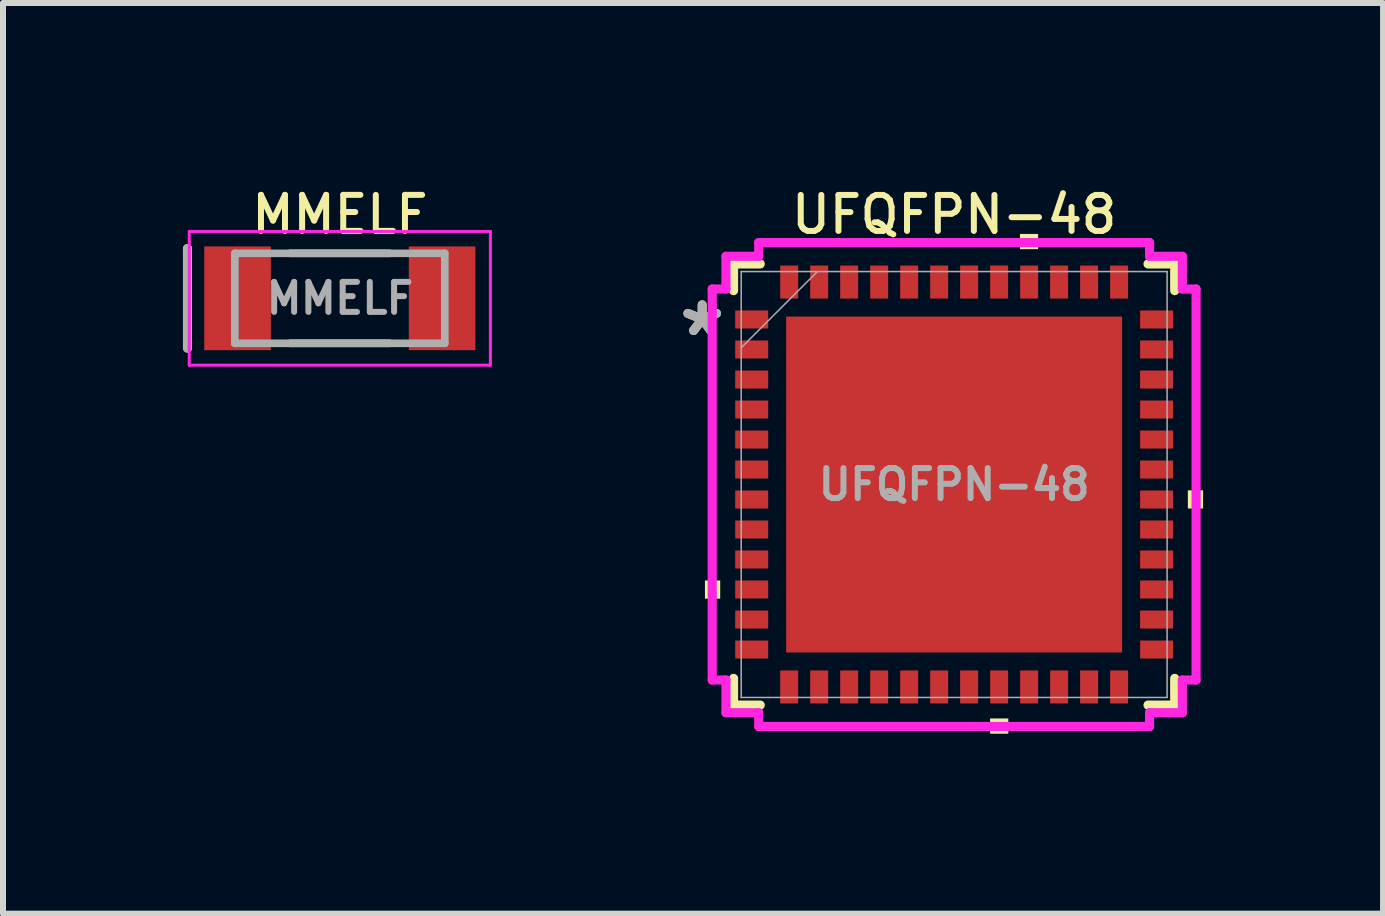
<source format=kicad_pcb>
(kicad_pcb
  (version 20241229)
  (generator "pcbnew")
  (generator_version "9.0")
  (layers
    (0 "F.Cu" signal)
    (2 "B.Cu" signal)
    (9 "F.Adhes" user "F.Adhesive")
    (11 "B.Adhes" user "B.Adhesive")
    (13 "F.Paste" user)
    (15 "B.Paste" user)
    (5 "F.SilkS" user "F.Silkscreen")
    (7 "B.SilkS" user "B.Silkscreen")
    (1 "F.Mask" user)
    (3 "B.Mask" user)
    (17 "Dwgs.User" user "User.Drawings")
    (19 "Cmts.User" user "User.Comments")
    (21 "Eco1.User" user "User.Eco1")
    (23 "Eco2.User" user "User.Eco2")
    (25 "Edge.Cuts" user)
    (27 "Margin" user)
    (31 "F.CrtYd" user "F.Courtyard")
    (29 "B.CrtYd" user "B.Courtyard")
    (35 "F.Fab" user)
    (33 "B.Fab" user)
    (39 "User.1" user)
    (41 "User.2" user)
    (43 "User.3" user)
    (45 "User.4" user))
  (footprint "UFQFPN-48"
    (layer "F.Cu")
    (at 12.856 5.027)
    (property "Reference" "UFQFPN-48" (at 0 -4.5 0) (layer "F.SilkS") (effects (font (size 0.6 0.6) (thickness 0.1) (bold yes))))
    (attr smd)
    (fp_line (start -3.677 -3.677) (end -3.677 -3.232) (stroke (width 0.152) (type solid)) (layer "F.SilkS"))
    (fp_line (start -3.677 3.232) (end -3.677 3.677) (stroke (width 0.152) (type solid)) (layer "F.SilkS"))
    (fp_line (start -3.677 3.677) (end -3.232 3.677) (stroke (width 0.152) (type solid)) (layer "F.SilkS"))
    (fp_line (start -3.232 -3.677) (end -3.677 -3.677) (stroke (width 0.152) (type solid)) (layer "F.SilkS"))
    (fp_line (start 3.232 3.677) (end 3.677 3.677) (stroke (width 0.152) (type solid)) (layer "F.SilkS"))
    (fp_line (start 3.677 -3.677) (end 3.232 -3.677) (stroke (width 0.152) (type solid)) (layer "F.SilkS"))
    (fp_line (start 3.677 -3.232) (end 3.677 -3.677) (stroke (width 0.152) (type solid)) (layer "F.SilkS"))
    (fp_line (start 3.677 3.677) (end 3.677 3.232) (stroke (width 0.152) (type solid)) (layer "F.SilkS"))
    (fp_rect (start 0.6 3.9) (end 0.903 4.154) (stroke (width 0) (type solid)) (fill yes) (layer "F.SilkS"))
    (fp_rect (start 1.097 -4.177) (end 1.4 -3.923) (stroke (width 0) (type solid)) (fill yes) (layer "F.SilkS"))
    (fp_poly (pts (xy -4.154 1.6) (xy -4.154 1.903) (xy -3.9 1.903) (xy -3.9 1.6)) (stroke (width 0) (type solid)) (fill yes) (layer "F.SilkS"))
    (fp_poly (pts (xy 3.896 0.097) (xy 3.896 0.4) (xy 4.15 0.4) (xy 4.15 0.097)) (stroke (width 0) (type solid)) (fill yes) (layer "F.SilkS"))
    (fp_poly (pts (xy -2.5 -2.5) (xy -2.5 -1.7) (xy -1.7 -1.7) (xy -1.7 -2.5)) (stroke (width 0) (type solid)) (fill yes) (layer "F.Paste"))
    (fp_poly (pts (xy -2.5 -1.1) (xy -2.5 -0.3) (xy -1.7 -0.3) (xy -1.7 -1.1)) (stroke (width 0) (type solid)) (fill yes) (layer "F.Paste"))
    (fp_poly (pts (xy -2.5 0.3) (xy -2.5 1.1) (xy -1.7 1.1) (xy -1.7 0.3)) (stroke (width 0) (type solid)) (fill yes) (layer "F.Paste"))
    (fp_poly (pts (xy -2.5 1.7) (xy -2.5 2.5) (xy -1.7 2.5) (xy -1.7 1.7)) (stroke (width 0) (type solid)) (fill yes) (layer "F.Paste"))
    (fp_poly (pts (xy -1.1 -2.5) (xy -1.1 -1.7) (xy -0.3 -1.7) (xy -0.3 -2.5)) (stroke (width 0) (type solid)) (fill yes) (layer "F.Paste"))
    (fp_poly (pts (xy -1.1 -1.1) (xy -1.1 -0.3) (xy -0.3 -0.3) (xy -0.3 -1.1)) (stroke (width 0) (type solid)) (fill yes) (layer "F.Paste"))
    (fp_poly (pts (xy -1.1 0.3) (xy -1.1 1.1) (xy -0.3 1.1) (xy -0.3 0.3)) (stroke (width 0) (type solid)) (fill yes) (layer "F.Paste"))
    (fp_poly (pts (xy -1.1 1.7) (xy -1.1 2.5) (xy -0.3 2.5) (xy -0.3 1.7)) (stroke (width 0) (type solid)) (fill yes) (layer "F.Paste"))
    (fp_poly (pts (xy 0.3 -2.5) (xy 0.3 -1.7) (xy 1.1 -1.7) (xy 1.1 -2.5)) (stroke (width 0) (type solid)) (fill yes) (layer "F.Paste"))
    (fp_poly (pts (xy 0.3 -1.1) (xy 0.3 -0.3) (xy 1.1 -0.3) (xy 1.1 -1.1)) (stroke (width 0) (type solid)) (fill yes) (layer "F.Paste"))
    (fp_poly (pts (xy 0.3 0.3) (xy 0.3 1.1) (xy 1.1 1.1) (xy 1.1 0.3)) (stroke (width 0) (type solid)) (fill yes) (layer "F.Paste"))
    (fp_poly (pts (xy 0.3 1.7) (xy 0.3 2.5) (xy 1.1 2.5) (xy 1.1 1.7)) (stroke (width 0) (type solid)) (fill yes) (layer "F.Paste"))
    (fp_poly (pts (xy 1.7 -2.5) (xy 1.7 -1.7) (xy 2.5 -1.7) (xy 2.5 -2.5)) (stroke (width 0) (type solid)) (fill yes) (layer "F.Paste"))
    (fp_poly (pts (xy 1.7 -1.1) (xy 1.7 -0.3) (xy 2.5 -0.3) (xy 2.5 -1.1)) (stroke (width 0) (type solid)) (fill yes) (layer "F.Paste"))
    (fp_poly (pts (xy 1.7 0.3) (xy 1.7 1.1) (xy 2.5 1.1) (xy 2.5 0.3)) (stroke (width 0) (type solid)) (fill yes) (layer "F.Paste"))
    (fp_poly (pts (xy 1.7 1.7) (xy 1.7 2.5) (xy 2.5 2.5) (xy 2.5 1.7)) (stroke (width 0) (type solid)) (fill yes) (layer "F.Paste"))
    (fp_line (start -4.033 -3.259) (end -3.804 -3.259) (stroke (width 0.152) (type solid)) (layer "F.CrtYd"))
    (fp_line (start -4.033 3.259) (end -4.033 -3.259) (stroke (width 0.152) (type solid)) (layer "F.CrtYd"))
    (fp_line (start -3.804 -3.804) (end -3.258 -3.804) (stroke (width 0.152) (type solid)) (layer "F.CrtYd"))
    (fp_line (start -3.804 -3.259) (end -3.804 -3.804) (stroke (width 0.152) (type solid)) (layer "F.CrtYd"))
    (fp_line (start -3.804 3.259) (end -4.033 3.259) (stroke (width 0.152) (type solid)) (layer "F.CrtYd"))
    (fp_line (start -3.804 3.804) (end -3.804 3.259) (stroke (width 0.152) (type solid)) (layer "F.CrtYd"))
    (fp_line (start -3.258 -4.033) (end 3.258 -4.033) (stroke (width 0.152) (type solid)) (layer "F.CrtYd"))
    (fp_line (start -3.258 -3.804) (end -3.258 -4.033) (stroke (width 0.152) (type solid)) (layer "F.CrtYd"))
    (fp_line (start -3.258 3.804) (end -3.804 3.804) (stroke (width 0.152) (type solid)) (layer "F.CrtYd"))
    (fp_line (start -3.258 4.033) (end -3.258 3.804) (stroke (width 0.152) (type solid)) (layer "F.CrtYd"))
    (fp_line (start 3.258 -4.033) (end 3.258 -3.804) (stroke (width 0.152) (type solid)) (layer "F.CrtYd"))
    (fp_line (start 3.258 -3.804) (end 3.804 -3.804) (stroke (width 0.152) (type solid)) (layer "F.CrtYd"))
    (fp_line (start 3.258 3.804) (end 3.258 4.033) (stroke (width 0.152) (type solid)) (layer "F.CrtYd"))
    (fp_line (start 3.258 4.033) (end -3.258 4.033) (stroke (width 0.152) (type solid)) (layer "F.CrtYd"))
    (fp_line (start 3.804 -3.804) (end 3.804 -3.259) (stroke (width 0.152) (type solid)) (layer "F.CrtYd"))
    (fp_line (start 3.804 -3.259) (end 4.033 -3.259) (stroke (width 0.152) (type solid)) (layer "F.CrtYd"))
    (fp_line (start 3.804 3.259) (end 3.804 3.804) (stroke (width 0.152) (type solid)) (layer "F.CrtYd"))
    (fp_line (start 3.804 3.804) (end 3.258 3.804) (stroke (width 0.152) (type solid)) (layer "F.CrtYd"))
    (fp_line (start 4.033 -3.259) (end 4.033 3.259) (stroke (width 0.152) (type solid)) (layer "F.CrtYd"))
    (fp_line (start 4.033 3.259) (end 3.804 3.259) (stroke (width 0.152) (type solid)) (layer "F.CrtYd"))
    (fp_line (start -3.55 -3.55) (end -3.55 3.55) (stroke (width 0.025) (type solid)) (layer "F.Fab"))
    (fp_line (start -3.55 -2.28) (end -2.28 -3.55) (stroke (width 0.025) (type solid)) (layer "F.Fab"))
    (fp_line (start -3.55 3.55) (end 3.55 3.55) (stroke (width 0.025) (type solid)) (layer "F.Fab"))
    (fp_line (start 3.55 -3.55) (end -3.55 -3.55) (stroke (width 0.025) (type solid)) (layer "F.Fab"))
    (fp_line (start 3.55 3.55) (end 3.55 -3.55) (stroke (width 0.025) (type solid)) (layer "F.Fab"))
    (fp_text user "*" (at -4.2 -2.45 0) (unlocked yes) (layer "F.SilkS") (effects (font (size 1 1) (thickness 0.15))))
    (fp_text user "${REFERENCE}" (at 0 0 0) (unlocked yes) (layer "F.Fab") (effects (font (size 0.5 0.5) (thickness 0.1) (bold yes))))
    (fp_text user "*" (at -4.2 -2.45 0) (unlocked yes) (layer "F.Fab") (effects (font (size 1 1) (thickness 0.15))))
    (pad "1" smd rect (at -3.375 -2.751 90) (size 0.3 0.55) (layers "F.Cu" "F.Mask" "F.Paste"))
    (pad "2" smd rect (at -3.375 -2.251 90) (size 0.3 0.55) (layers "F.Cu" "F.Mask" "F.Paste"))
    (pad "3" smd rect (at -3.375 -1.75 90) (size 0.3 0.55) (layers "F.Cu" "F.Mask" "F.Paste"))
    (pad "4" smd rect (at -3.375 -1.25 90) (size 0.3 0.55) (layers "F.Cu" "F.Mask" "F.Paste"))
    (pad "5" smd rect (at -3.375 -0.75 90) (size 0.3 0.55) (layers "F.Cu" "F.Mask" "F.Paste"))
    (pad "6" smd rect (at -3.375 -0.25 90) (size 0.3 0.55) (layers "F.Cu" "F.Mask" "F.Paste"))
    (pad "7" smd rect (at -3.375 0.25 90) (size 0.3 0.55) (layers "F.Cu" "F.Mask" "F.Paste"))
    (pad "8" smd rect (at -3.375 0.75 90) (size 0.3 0.55) (layers "F.Cu" "F.Mask" "F.Paste"))
    (pad "9" smd rect (at -3.375 1.25 90) (size 0.3 0.55) (layers "F.Cu" "F.Mask" "F.Paste"))
    (pad "10" smd rect (at -3.375 1.75 90) (size 0.3 0.55) (layers "F.Cu" "F.Mask" "F.Paste"))
    (pad "11" smd rect (at -3.375 2.251 90) (size 0.3 0.55) (layers "F.Cu" "F.Mask" "F.Paste"))
    (pad "12" smd rect (at -3.375 2.751 90) (size 0.3 0.55) (layers "F.Cu" "F.Mask" "F.Paste"))
    (pad "13" smd rect (at -2.75 3.375) (size 0.3 0.55) (layers "F.Cu" "F.Mask" "F.Paste"))
    (pad "14" smd rect (at -2.25 3.375) (size 0.3 0.55) (layers "F.Cu" "F.Mask" "F.Paste"))
    (pad "15" smd rect (at -1.75 3.375) (size 0.3 0.55) (layers "F.Cu" "F.Mask" "F.Paste"))
    (pad "16" smd rect (at -1.25 3.375) (size 0.3 0.55) (layers "F.Cu" "F.Mask" "F.Paste"))
    (pad "17" smd rect (at -0.75 3.375) (size 0.3 0.55) (layers "F.Cu" "F.Mask" "F.Paste"))
    (pad "18" smd rect (at -0.25 3.375) (size 0.3 0.55) (layers "F.Cu" "F.Mask" "F.Paste"))
    (pad "19" smd rect (at 0.25 3.375) (size 0.3 0.55) (layers "F.Cu" "F.Mask" "F.Paste"))
    (pad "20" smd rect (at 0.75 3.375) (size 0.3 0.55) (layers "F.Cu" "F.Mask" "F.Paste"))
    (pad "21" smd rect (at 1.25 3.375) (size 0.3 0.55) (layers "F.Cu" "F.Mask" "F.Paste"))
    (pad "22" smd rect (at 1.75 3.375) (size 0.3 0.55) (layers "F.Cu" "F.Mask" "F.Paste"))
    (pad "23" smd rect (at 2.25 3.375) (size 0.3 0.55) (layers "F.Cu" "F.Mask" "F.Paste"))
    (pad "24" smd rect (at 2.75 3.375) (size 0.3 0.55) (layers "F.Cu" "F.Mask" "F.Paste"))
    (pad "25" smd rect (at 3.375 2.751 90) (size 0.3 0.55) (layers "F.Cu" "F.Mask" "F.Paste"))
    (pad "26" smd rect (at 3.375 2.251 90) (size 0.3 0.55) (layers "F.Cu" "F.Mask" "F.Paste"))
    (pad "27" smd rect (at 3.375 1.75 90) (size 0.3 0.55) (layers "F.Cu" "F.Mask" "F.Paste"))
    (pad "28" smd rect (at 3.375 1.25 90) (size 0.3 0.55) (layers "F.Cu" "F.Mask" "F.Paste"))
    (pad "29" smd rect (at 3.375 0.75 90) (size 0.3 0.55) (layers "F.Cu" "F.Mask" "F.Paste"))
    (pad "30" smd rect (at 3.375 0.25 90) (size 0.3 0.55) (layers "F.Cu" "F.Mask" "F.Paste"))
    (pad "31" smd rect (at 3.375 -0.25 90) (size 0.3 0.55) (layers "F.Cu" "F.Mask" "F.Paste"))
    (pad "32" smd rect (at 3.375 -0.75 90) (size 0.3 0.55) (layers "F.Cu" "F.Mask" "F.Paste"))
    (pad "33" smd rect (at 3.375 -1.25 90) (size 0.3 0.55) (layers "F.Cu" "F.Mask" "F.Paste"))
    (pad "34" smd rect (at 3.375 -1.75 90) (size 0.3 0.55) (layers "F.Cu" "F.Mask" "F.Paste"))
    (pad "35" smd rect (at 3.375 -2.251 90) (size 0.3 0.55) (layers "F.Cu" "F.Mask" "F.Paste"))
    (pad "36" smd rect (at 3.375 -2.751 90) (size 0.3 0.55) (layers "F.Cu" "F.Mask" "F.Paste"))
    (pad "37" smd rect (at 2.75 -3.375) (size 0.3 0.55) (layers "F.Cu" "F.Mask" "F.Paste"))
    (pad "38" smd rect (at 2.25 -3.375) (size 0.3 0.55) (layers "F.Cu" "F.Mask" "F.Paste"))
    (pad "39" smd rect (at 1.75 -3.375) (size 0.3 0.55) (layers "F.Cu" "F.Mask" "F.Paste"))
    (pad "40" smd rect (at 1.25 -3.375) (size 0.3 0.55) (layers "F.Cu" "F.Mask" "F.Paste"))
    (pad "41" smd rect (at 0.75 -3.375) (size 0.3 0.55) (layers "F.Cu" "F.Mask" "F.Paste"))
    (pad "42" smd rect (at 0.25 -3.375) (size 0.3 0.55) (layers "F.Cu" "F.Mask" "F.Paste"))
    (pad "43" smd rect (at -0.25 -3.375) (size 0.3 0.55) (layers "F.Cu" "F.Mask" "F.Paste"))
    (pad "44" smd rect (at -0.75 -3.375) (size 0.3 0.55) (layers "F.Cu" "F.Mask" "F.Paste"))
    (pad "45" smd rect (at -1.25 -3.375) (size 0.3 0.55) (layers "F.Cu" "F.Mask" "F.Paste"))
    (pad "46" smd rect (at -1.75 -3.375) (size 0.3 0.55) (layers "F.Cu" "F.Mask" "F.Paste"))
    (pad "47" smd rect (at -2.25 -3.375) (size 0.3 0.55) (layers "F.Cu" "F.Mask" "F.Paste"))
    (pad "48" smd rect (at -2.75 -3.375) (size 0.3 0.55) (layers "F.Cu" "F.Mask" "F.Paste"))
    (pad "49" smd rect (at 0 0) (size 5.6 5.6) (layers "F.Cu" "F.Mask")))
  (footprint "MMELF"
    (layer "F.Cu")
    (at 2.615 1.923)
    (property "Reference" "MMELF" (at 0 -1.397 0) (layer "F.SilkS") (effects (font (size 0.6 0.6) (thickness 0.1))))
    (attr smd)
    (fp_line (start -2.54 0.83) (end -2.54 -0.83) (stroke (width 0.15) (type solid)) (layer "F.SilkS"))
    (fp_line (start -0.83 -0.75) (end 0.83 -0.75) (stroke (width 0.127) (type solid)) (layer "F.SilkS"))
    (fp_line (start -0.83 0.75) (end 0.83 0.75) (stroke (width 0.127) (type solid)) (layer "F.SilkS"))
    (fp_line (start -2.51 -1.115) (end -2.51 1.115) (stroke (width 0.05) (type solid)) (layer "F.CrtYd"))
    (fp_line (start -2.51 1.115) (end 2.51 1.115) (stroke (width 0.05) (type solid)) (layer "F.CrtYd"))
    (fp_line (start 2.51 -1.115) (end -2.51 -1.115) (stroke (width 0.05) (type solid)) (layer "F.CrtYd"))
    (fp_line (start 2.51 1.115) (end 2.51 -1.115) (stroke (width 0.05) (type solid)) (layer "F.CrtYd"))
    (fp_line (start -2.54 0.83) (end -2.54 -0.83) (stroke (width 0.15) (type solid)) (layer "F.Fab"))
    (fp_line (start -1.75 -0.75) (end -1.75 0.75) (stroke (width 0.127) (type solid)) (layer "F.Fab"))
    (fp_line (start -1.75 0.75) (end 1.75 0.75) (stroke (width 0.127) (type solid)) (layer "F.Fab"))
    (fp_line (start 1.75 -0.75) (end -1.75 -0.75) (stroke (width 0.127) (type solid)) (layer "F.Fab"))
    (fp_line (start 1.75 0.75) (end 1.75 -0.75) (stroke (width 0.127) (type solid)) (layer "F.Fab"))
    (fp_text user "${REFERENCE}" (at 0 0 0) (layer "F.Fab") (effects (font (size 0.5 0.5) (thickness 0.1) (bold yes))))
    (pad "A" smd rect (at 1.705 0) (size 1.11 1.73) (layers "F.Cu" "F.Mask" "F.Paste"))
    (pad "C" smd rect (at -1.705 0) (size 1.11 1.73) (layers "F.Cu" "F.Mask" "F.Paste")))
  (gr_rect
    (start -3 -3)
    (end 20.006 12.181)
    (stroke (width 0.1) (type default))
    (fill no)
    (layer "Edge.Cuts")))
</source>
